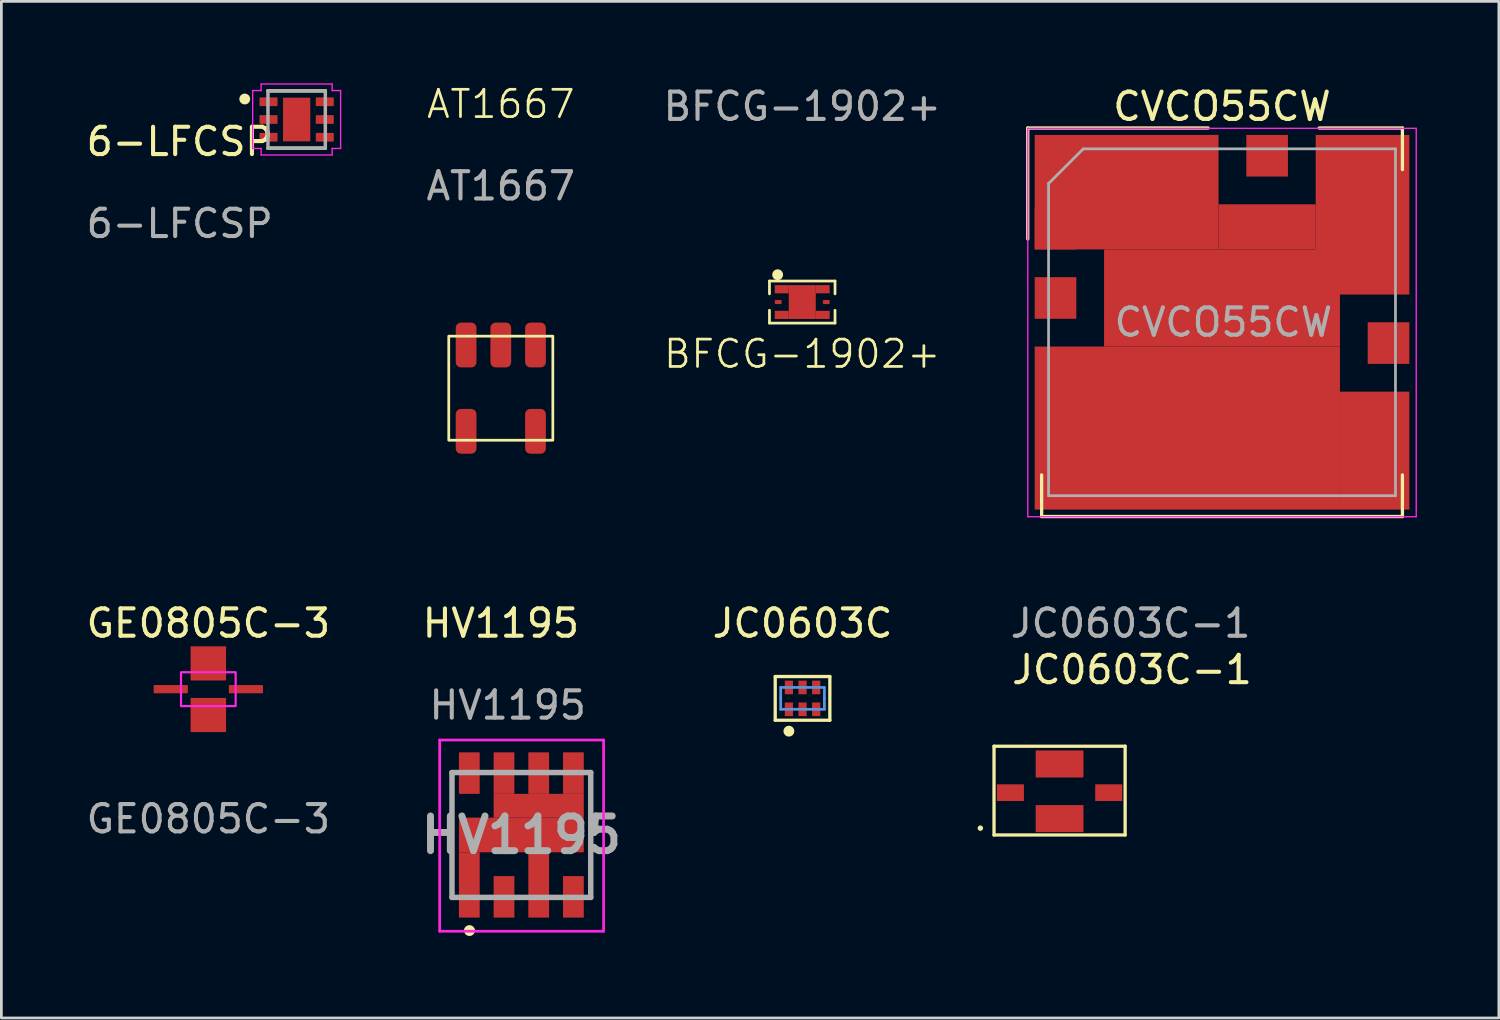
<source format=kicad_pcb>
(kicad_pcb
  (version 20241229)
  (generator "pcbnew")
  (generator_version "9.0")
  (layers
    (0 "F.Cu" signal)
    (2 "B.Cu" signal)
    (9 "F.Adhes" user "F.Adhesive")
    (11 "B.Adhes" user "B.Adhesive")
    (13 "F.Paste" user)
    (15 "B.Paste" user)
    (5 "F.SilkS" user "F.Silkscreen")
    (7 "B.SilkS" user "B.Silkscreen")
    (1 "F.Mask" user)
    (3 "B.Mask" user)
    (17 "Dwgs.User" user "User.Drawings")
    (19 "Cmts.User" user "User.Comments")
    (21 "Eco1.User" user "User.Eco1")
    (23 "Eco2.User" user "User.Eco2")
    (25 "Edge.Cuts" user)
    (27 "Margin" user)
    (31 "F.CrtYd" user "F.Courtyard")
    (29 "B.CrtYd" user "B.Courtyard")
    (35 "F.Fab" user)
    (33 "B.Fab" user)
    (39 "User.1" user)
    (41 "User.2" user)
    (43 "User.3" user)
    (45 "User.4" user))
  (footprint "6-LFCSP"
    (layer "F.Cu")
    (at 3.53 2.636)
    (property "Reference" "6-LFCSP" (at 0 -0.5 0) (unlocked yes) (layer "F.SilkS") (effects (font (size 1 1) (thickness 0.15))))
    (attr smd)
    (fp_line (start 3.23 -2.361) (end 5.33 -2.361) (stroke (width 0.127) (type solid)) (layer "F.SilkS"))
    (fp_line (start 5.33 -0.261) (end 3.23 -0.261) (stroke (width 0.127) (type solid)) (layer "F.SilkS"))
    (fp_circle (center 2.38 -2.061) (end 2.48 -2.061) (stroke (width 0.2) (type solid)) (fill no) (layer "F.SilkS"))
    (fp_poly (pts (xy 3.959 -1.821) (xy 4.6 -1.821) (xy 4.6 -0.8) (xy 3.959 -0.8)) (stroke (width 0.01) (type solid)) (fill yes) (layer "F.Paste"))
    (fp_line (start 2.67 -2.371) (end 2.98 -2.371) (stroke (width 0.05) (type solid)) (layer "F.CrtYd"))
    (fp_line (start 2.67 -0.251) (end 2.67 -2.371) (stroke (width 0.05) (type solid)) (layer "F.CrtYd"))
    (fp_line (start 2.98 -2.611) (end 5.58 -2.611) (stroke (width 0.05) (type solid)) (layer "F.CrtYd"))
    (fp_line (start 2.98 -2.371) (end 2.98 -2.611) (stroke (width 0.05) (type solid)) (layer "F.CrtYd"))
    (fp_line (start 2.98 -0.251) (end 2.67 -0.251) (stroke (width 0.05) (type solid)) (layer "F.CrtYd"))
    (fp_line (start 2.98 -0.011) (end 2.98 -0.251) (stroke (width 0.05) (type solid)) (layer "F.CrtYd"))
    (fp_line (start 5.58 -2.611) (end 5.58 -2.371) (stroke (width 0.05) (type solid)) (layer "F.CrtYd"))
    (fp_line (start 5.58 -2.371) (end 5.89 -2.371) (stroke (width 0.05) (type solid)) (layer "F.CrtYd"))
    (fp_line (start 5.58 -0.251) (end 5.58 -0.011) (stroke (width 0.05) (type solid)) (layer "F.CrtYd"))
    (fp_line (start 5.58 -0.011) (end 2.98 -0.011) (stroke (width 0.05) (type solid)) (layer "F.CrtYd"))
    (fp_line (start 5.89 -2.371) (end 5.89 -0.251) (stroke (width 0.05) (type solid)) (layer "F.CrtYd"))
    (fp_line (start 5.89 -0.251) (end 5.58 -0.251) (stroke (width 0.05) (type solid)) (layer "F.CrtYd"))
    (fp_line (start 3.23 -2.361) (end 5.33 -2.361) (stroke (width 0.127) (type solid)) (layer "F.Fab"))
    (fp_line (start 3.23 -0.261) (end 3.23 -2.361) (stroke (width 0.127) (type solid)) (layer "F.Fab"))
    (fp_line (start 5.33 -2.361) (end 5.33 -0.261) (stroke (width 0.127) (type solid)) (layer "F.Fab"))
    (fp_line (start 5.33 -0.261) (end 3.23 -0.261) (stroke (width 0.127) (type solid)) (layer "F.Fab"))
    (fp_text user "${REFERENCE}" (at 0 2.5 0) (unlocked yes) (layer "F.Fab") (effects (font (size 1 1) (thickness 0.15))))
    (pad "1" smd roundrect (at 3.25 -1.961 90) (size 0.32 0.66) (layers "F.Cu" "F.Mask" "F.Paste") (roundrect_rratio 0.08))
    (pad "2" smd roundrect (at 3.25 -1.311 90) (size 0.32 0.66) (layers "F.Cu" "F.Mask" "F.Paste") (roundrect_rratio 0.08))
    (pad "3" smd roundrect (at 3.25 -0.661 90) (size 0.32 0.66) (layers "F.Cu" "F.Mask" "F.Paste") (roundrect_rratio 0.08))
    (pad "4" smd roundrect (at 5.31 -0.661 90) (size 0.32 0.66) (layers "F.Cu" "F.Mask" "F.Paste") (roundrect_rratio 0.08))
    (pad "5" smd roundrect (at 5.31 -1.311 90) (size 0.32 0.66) (layers "F.Cu" "F.Mask" "F.Paste") (roundrect_rratio 0.08))
    (pad "6" smd rect (at 4.28 -1.311 90) (size 1.6 1) (layers "F.Cu" "F.Mask"))
    (pad "6" smd roundrect (at 5.31 -1.961 90) (size 0.32 0.66) (layers "F.Cu" "F.Mask" "F.Paste") (roundrect_rratio 0.08)))
  (footprint "AT1667"
    (layer "F.Cu")
    (at 15.284 11.161)
    (property "Reference" "AT1667" (at 0 -10.4 0) (unlocked yes) (layer "F.SilkS") (effects (font (size 1 1) (thickness 0.1))))
    (attr smd)
    (fp_rect (start -1.905 -1.905) (end 1.905 1.905) (stroke (width 0.1) (type default)) (fill no) (layer "F.SilkS"))
    (fp_text user "${REFERENCE}" (at 0 -7.4 0) (unlocked yes) (layer "F.Fab") (effects (font (size 1 1) (thickness 0.15))))
    (pad "1" smd roundrect (at -1.27 -1.58) (size 0.76 1.64) (layers "F.Cu" "F.Mask" "F.Paste") (roundrect_rratio 0.25))
    (pad "2" smd roundrect (at 0 -1.58) (size 0.76 1.64) (layers "F.Cu" "F.Mask" "F.Paste") (roundrect_rratio 0.25))
    (pad "3" smd roundrect (at 1.27 -1.58) (size 0.76 1.64) (layers "F.Cu" "F.Mask" "F.Paste") (roundrect_rratio 0.25))
    (pad "4" smd roundrect (at 1.27 1.58) (size 0.76 1.64) (layers "F.Cu" "F.Mask" "F.Paste") (roundrect_rratio 0.25))
    (pad "6" smd roundrect (at -1.27 1.58) (size 0.76 1.64) (layers "F.Cu" "F.Mask" "F.Paste") (roundrect_rratio 0.25)))
  (footprint "JC0603C-1"
    (layer "F.Cu")
    (at 35.741 25.919)
    (property "Reference" "JC0603C-1" (at 2.65 -4.45 0) (unlocked yes) (layer "F.SilkS") (effects (font (size 1 1) (thickness 0.15))))
    (attr smd)
    (fp_line (start -2.9 1.35) (end -2.9 1.35) (stroke (width 0.2) (type solid)) (layer "F.SilkS"))
    (fp_line (start -2.4 -1.65) (end -2.4 1.6) (stroke (width 0.12) (type solid)) (layer "F.SilkS"))
    (fp_line (start -2.4 1.6) (end 2.4 1.6) (stroke (width 0.12) (type solid)) (layer "F.SilkS"))
    (fp_line (start 2.4 -1.65) (end -2.4 -1.65) (stroke (width 0.12) (type solid)) (layer "F.SilkS"))
    (fp_line (start 2.4 1.6) (end 2.4 -1.65) (stroke (width 0.12) (type solid)) (layer "F.SilkS"))
    (fp_text user "${REFERENCE}" (at 2.6 -6.15 0) (unlocked yes) (layer "F.Fab") (effects (font (size 1 1) (thickness 0.15))))
    (pad "1" smd rect (at -1.8 0.05) (size 0.99 0.61) (layers "F.Cu" "F.Mask" "F.Paste"))
    (pad "2" smd rect (at 0 1) (size 1.75 0.99) (layers "F.Cu" "F.Mask" "F.Paste"))
    (pad "3" smd rect (at 1.8 0.05) (size 0.99 0.61) (layers "F.Cu" "F.Mask" "F.Paste"))
    (pad "4" smd rect (at 0 -1) (size 1.75 0.99) (layers "F.Cu" "F.Mask" "F.Paste")))
  (footprint "HV1195"
    (layer "F.Cu")
    (at 16.037 27.518)
    (property "Reference" "HV1195" (at -0.75 -7.75 0) (unlocked yes) (layer "F.SilkS") (effects (font (size 1 1) (thickness 0.15))))
    (attr smd)
    (fp_line (start -2.54 -2.285) (end -2.54 2.265) (stroke (width 0.1) (type solid)) (layer "F.SilkS"))
    (fp_line (start -1.8 3.5) (end -1.8 3.5) (stroke (width 0.2) (type solid)) (layer "F.SilkS"))
    (fp_line (start 2.54 -2.285) (end 2.54 2.265) (stroke (width 0.1) (type solid)) (layer "F.SilkS"))
    (fp_arc (start -2 3.5) (mid -1.9 3.4) (end -1.8 3.5) (stroke (width 0.2) (type solid)) (layer "F.SilkS"))
    (fp_arc (start -1.8 3.5) (mid -1.9 3.6) (end -2 3.5) (stroke (width 0.2) (type solid)) (layer "F.SilkS"))
    (fp_line (start -2.99 -3.475) (end 3.01 -3.475) (stroke (width 0.1) (type solid)) (layer "F.CrtYd"))
    (fp_line (start -2.99 3.525) (end -2.99 -3.475) (stroke (width 0.1) (type solid)) (layer "F.CrtYd"))
    (fp_line (start 3.01 -3.475) (end 3.01 3.525) (stroke (width 0.1) (type solid)) (layer "F.CrtYd"))
    (fp_line (start 3.01 3.525) (end -2.99 3.525) (stroke (width 0.1) (type solid)) (layer "F.CrtYd"))
    (fp_line (start -2.54 -2.285) (end 2.54 -2.285) (stroke (width 0.2) (type solid)) (layer "F.Fab"))
    (fp_line (start -2.54 2.285) (end -2.54 -2.285) (stroke (width 0.2) (type solid)) (layer "F.Fab"))
    (fp_line (start 2.54 -2.285) (end 2.54 2.285) (stroke (width 0.2) (type solid)) (layer "F.Fab"))
    (fp_line (start 2.54 2.285) (end -2.54 2.285) (stroke (width 0.2) (type solid)) (layer "F.Fab"))
    (fp_text user "${REFERENCE}" (at 0 0 0) (layer "F.Fab") (effects (font (size 1.27 1.27) (thickness 0.254))))
    (fp_text user "${REFERENCE}" (at -0.5 -4.75 0) (unlocked yes) (layer "F.Fab") (effects (font (size 1 1) (thickness 0.15))))
    (pad "1" smd rect (at -1.905 1.83) (size 0.76 2.39) (layers "F.Cu" "F.Mask" "F.Paste"))
    (pad "1" smd rect (at -0.635 -2.265) (size 0.76 1.52) (layers "F.Cu" "F.Mask" "F.Paste"))
    (pad "1" smd rect (at 0 0 90) (size 1.27 4.57) (layers "F.Cu" "F.Mask" "F.Paste"))
    (pad "1" smd rect (at 0.635 -2.265) (size 0.76 1.52) (layers "F.Cu" "F.Mask" "F.Paste"))
    (pad "1" smd rect (at 0.635 -1.07 90) (size 0.87 3.3) (layers "F.Cu" "F.Mask" "F.Paste"))
    (pad "1" smd rect (at 0.635 1.83) (size 0.76 2.39) (layers "F.Cu" "F.Mask" "F.Paste"))
    (pad "1" smd rect (at 1.905 -2.265) (size 0.76 1.52) (layers "F.Cu" "F.Mask" "F.Paste"))
    (pad "2" smd rect (at -0.635 2.265) (size 0.76 1.52) (layers "F.Cu" "F.Mask" "F.Paste"))
    (pad "4" smd rect (at 1.905 2.265) (size 0.76 1.52) (layers "F.Cu" "F.Mask" "F.Paste"))
    (pad "8" smd rect (at -1.905 -2.265) (size 0.76 1.52) (layers "F.Cu" "F.Mask" "F.Paste")))
  (footprint "BFCG-1902+"
    (layer "F.Cu")
    (at 26.32 8.008)
    (property "Reference" "BFCG-1902+" (at 0 1.9 0) (unlocked yes) (layer "F.SilkS") (effects (font (size 1 1) (thickness 0.1))))
    (attr smd)
    (fp_line (start -1.2 -0.77) (end 1.2 -0.77) (stroke (width 0.1) (type default)) (layer "F.SilkS"))
    (fp_line (start -1.2 -0.3) (end -1.2 -0.77) (stroke (width 0.1) (type default)) (layer "F.SilkS"))
    (fp_line (start -1.2 0.77) (end -1.2 0.3) (stroke (width 0.1) (type default)) (layer "F.SilkS"))
    (fp_line (start 1.2 -0.77) (end 1.2 -0.3) (stroke (width 0.1) (type default)) (layer "F.SilkS"))
    (fp_line (start 1.2 0.3) (end 1.2 0.77) (stroke (width 0.1) (type default)) (layer "F.SilkS"))
    (fp_line (start 1.2 0.77) (end -1.2 0.77) (stroke (width 0.1) (type default)) (layer "F.SilkS"))
    (fp_circle (center -0.9 -1) (end -0.9 -1) (stroke (width 0.2) (type default)) (fill no) (layer "F.SilkS"))
    (fp_text user "${REFERENCE}" (at 0 -7.16 0) (unlocked yes) (layer "F.Fab") (effects (font (size 1 1) (thickness 0.15))))
    (pad "1" smd roundrect (at -0.88 0) (size 0.25 0.15) (layers "F.Cu" "F.Mask" "F.Paste") (roundrect_rratio 0.25))
    (pad "2" smd rect (at -0.75 -0.47) (size 0.51 0.3) (layers "F.Cu" "F.Mask" "F.Paste"))
    (pad "2" smd rect (at -0.75 0.47) (size 0.51 0.3) (layers "F.Cu" "F.Mask" "F.Paste"))
    (pad "2" smd rect (at 0 0) (size 0.99 1.24) (layers "F.Cu" "F.Mask" "F.Paste"))
    (pad "2" smd rect (at 0.75 -0.47) (size 0.51 0.3) (layers "F.Cu" "F.Mask" "F.Paste"))
    (pad "2" smd rect (at 0.75 0.47) (size 0.51 0.3) (layers "F.Cu" "F.Mask" "F.Paste"))
    (pad "3" smd roundrect (at 0.88 0) (size 0.25 0.15) (layers "F.Cu" "F.Mask" "F.Paste") (roundrect_rratio 0.25)))
  (footprint "GE0805C-3"
    (layer "F.Cu")
    (at 4.577 22.181)
    (property "Reference" "GE0805C-3" (at 0 -2.413 0) (unlocked yes) (layer "F.SilkS") (effects (font (size 1 1) (thickness 0.15))))
    (attr smd)
    (fp_rect (start -1 -0.62) (end 1 0.62) (stroke (width 0.08) (type solid)) (fill no) (layer "F.CrtYd"))
    (fp_text user "${REFERENCE}" (at 0 4.75 0) (unlocked yes) (layer "F.Fab") (effects (font (size 1 1) (thickness 0.15))))
    (pad "1" smd roundrect (at -1.375 0) (size 1.25 0.3) (layers "F.Cu" "F.Mask" "F.Paste") (roundrect_rratio 0.05))
    (pad "2" smd roundrect (at 0 0.945) (size 1.3 1.25) (layers "F.Cu" "F.Mask" "F.Paste") (roundrect_rratio 0.01))
    (pad "3" smd roundrect (at 1.375 0) (size 1.25 0.3) (layers "F.Cu" "F.Mask" "F.Paste") (roundrect_rratio 0.05))
    (pad "4" smd roundrect (at 0 -0.945) (size 1.3 1.25) (layers "F.Cu" "F.Mask" "F.Paste") (roundrect_rratio 0.01)))
  (footprint "JC0603C"
    (layer "F.Cu")
    (at 26.331 22.518)
    (property "Reference" "JC0603C" (at 0 -2.75 180) (layer "F.SilkS") (effects (font (size 1 1) (thickness 0.15))))
    (attr through_hole)
    (fp_line (start -1 -0.8) (end -1 0.8) (stroke (width 0.12) (type solid)) (layer "F.SilkS"))
    (fp_line (start -1 0.8) (end 1 0.8) (stroke (width 0.12) (type solid)) (layer "F.SilkS"))
    (fp_line (start 1 -0.8) (end -1 -0.8) (stroke (width 0.12) (type solid)) (layer "F.SilkS"))
    (fp_line (start 1 0.8) (end 1 -0.8) (stroke (width 0.12) (type solid)) (layer "F.SilkS"))
    (fp_circle (center -0.5 1.2) (end -0.4 1.2) (stroke (width 0.2) (type solid)) (fill no) (layer "F.SilkS"))
    (fp_line (start -0.8 -0.4) (end 0.8 -0.4) (stroke (width 0.1) (type solid)) (layer "Cmts.User"))
    (fp_line (start -0.8 0) (end -0.8 -0.4) (stroke (width 0.1) (type solid)) (layer "Cmts.User"))
    (fp_line (start -0.8 0.4) (end -0.8 0) (stroke (width 0.1) (type solid)) (layer "Cmts.User"))
    (fp_line (start -0.8 0.4) (end 0.8 0.4) (stroke (width 0.1) (type solid)) (layer "Cmts.User"))
    (fp_line (start 0.8 0) (end 0.8 -0.4) (stroke (width 0.1) (type solid)) (layer "Cmts.User"))
    (fp_line (start 0.8 0.4) (end 0.8 0) (stroke (width 0.1) (type solid)) (layer "Cmts.User"))
    (pad "1" smd rect (at -0.5 0.4) (size 0.3 0.5) (layers "F.Cu" "F.Mask" "F.Paste"))
    (pad "2" smd rect (at 0 0.4) (size 0.3 0.5) (layers "F.Cu" "F.Mask" "F.Paste"))
    (pad "3" smd rect (at 0.5 0.4) (size 0.3 0.5) (layers "F.Cu" "F.Mask" "F.Paste"))
    (pad "4" smd rect (at 0.5 -0.4) (size 0.3 0.5) (layers "F.Cu" "F.Mask" "F.Paste"))
    (pad "5" smd rect (at 0 -0.4) (size 0.3 0.5) (layers "F.Cu" "F.Mask" "F.Paste"))
    (pad "6" smd rect (at -0.5 -0.4) (size 0.3 0.5) (layers "F.Cu" "F.Mask" "F.Paste")))
  (footprint "CVCO55CW"
    (layer "F.Cu")
    (at 41.688 8.748)
    (property "Reference" "CVCO55CW" (at 0 -7.9 180) (layer "F.SilkS") (effects (font (size 1 1) (thickness 0.15))))
    (attr smd)
    (fp_line (start -7.112 -7.112) (end -0.508 -7.112) (stroke (width 0.12) (type solid)) (layer "F.SilkS"))
    (fp_line (start -7.112 -3.048) (end -7.112 -7.112) (stroke (width 0.12) (type solid)) (layer "F.SilkS"))
    (fp_line (start -6.604 5.588) (end -6.604 7.112) (stroke (width 0.12) (type solid)) (layer "F.SilkS"))
    (fp_line (start -6.604 7.112) (end 6.604 7.112) (stroke (width 0.12) (type solid)) (layer "F.SilkS"))
    (fp_line (start 3.556 -7.112) (end 6.604 -7.112) (stroke (width 0.12) (type solid)) (layer "F.SilkS"))
    (fp_line (start 6.604 -7.112) (end 6.604 -5.588) (stroke (width 0.12) (type solid)) (layer "F.SilkS"))
    (fp_line (start 6.604 7.112) (end 6.604 5.588) (stroke (width 0.12) (type solid)) (layer "F.SilkS"))
    (fp_line (start -7.11 -7.1) (end -7.11 7.12) (stroke (width 0.05) (type solid)) (layer "F.CrtYd"))
    (fp_line (start -7.11 -7.1) (end 7.11 -7.1) (stroke (width 0.05) (type solid)) (layer "F.CrtYd"))
    (fp_line (start 7.11 7.12) (end -7.11 7.12) (stroke (width 0.05) (type solid)) (layer "F.CrtYd"))
    (fp_line (start 7.11 7.12) (end 7.11 -7.1) (stroke (width 0.05) (type solid)) (layer "F.CrtYd"))
    (fp_line (start -6.35 -5.08) (end -6.35 6.35) (stroke (width 0.1) (type solid)) (layer "F.Fab"))
    (fp_line (start -6.35 -5.08) (end -5.08 -6.35) (stroke (width 0.1) (type solid)) (layer "F.Fab"))
    (fp_line (start -6.35 6.35) (end 6.35 6.35) (stroke (width 0.1) (type solid)) (layer "F.Fab"))
    (fp_line (start 6.35 -6.35) (end -5.08 -6.35) (stroke (width 0.1) (type solid)) (layer "F.Fab"))
    (fp_line (start 6.35 6.35) (end 6.35 -6.35) (stroke (width 0.1) (type solid)) (layer "F.Fab"))
    (fp_text user "${REFERENCE}" (at 0.05 0 0) (layer "F.Fab") (effects (font (size 1 1) (thickness 0.15))))
    (pad "1" smd rect (at -6.096 -3.429 270) (size 1.524 1.524) (layers "F.Cu" "F.Mask" "F.Paste"))
    (pad "1" smd rect (at -3.493 -4.763) (size 6.731 4.191) (layers "F.Cu"))
    (pad "1" smd rect (at -1.27 3.873) (size 11.176 5.969) (layers "F.Cu"))
    (pad "1" smd rect (at 0 -0.889) (size 8.636 3.556) (layers "F.Cu"))
    (pad "1" smd rect (at 1.651 -3.493) (size 3.556 1.651) (layers "F.Cu"))
    (pad "1" smd rect (at 5.144 -3.937) (size 3.429 5.842) (layers "F.Cu"))
    (pad "1" smd rect (at 5.588 4.699) (size 2.54 4.318) (layers "F.Cu"))
    (pad "2" smd rect (at -6.096 -0.889 270) (size 1.524 1.524) (layers "F.Cu" "F.Mask" "F.Paste"))
    (pad "10" smd rect (at 6.096 0.762 270) (size 1.524 1.524) (layers "F.Cu" "F.Mask" "F.Paste"))
    (pad "14" smd rect (at 1.651 -6.096 270) (size 1.524 1.524) (layers "F.Cu" "F.Mask" "F.Paste")))
  (gr_rect
    (start -3 -3)
    (end 51.823 34.218)
    (stroke (width 0.1) (type default))
    (fill no)
    (layer "Edge.Cuts")))
</source>
